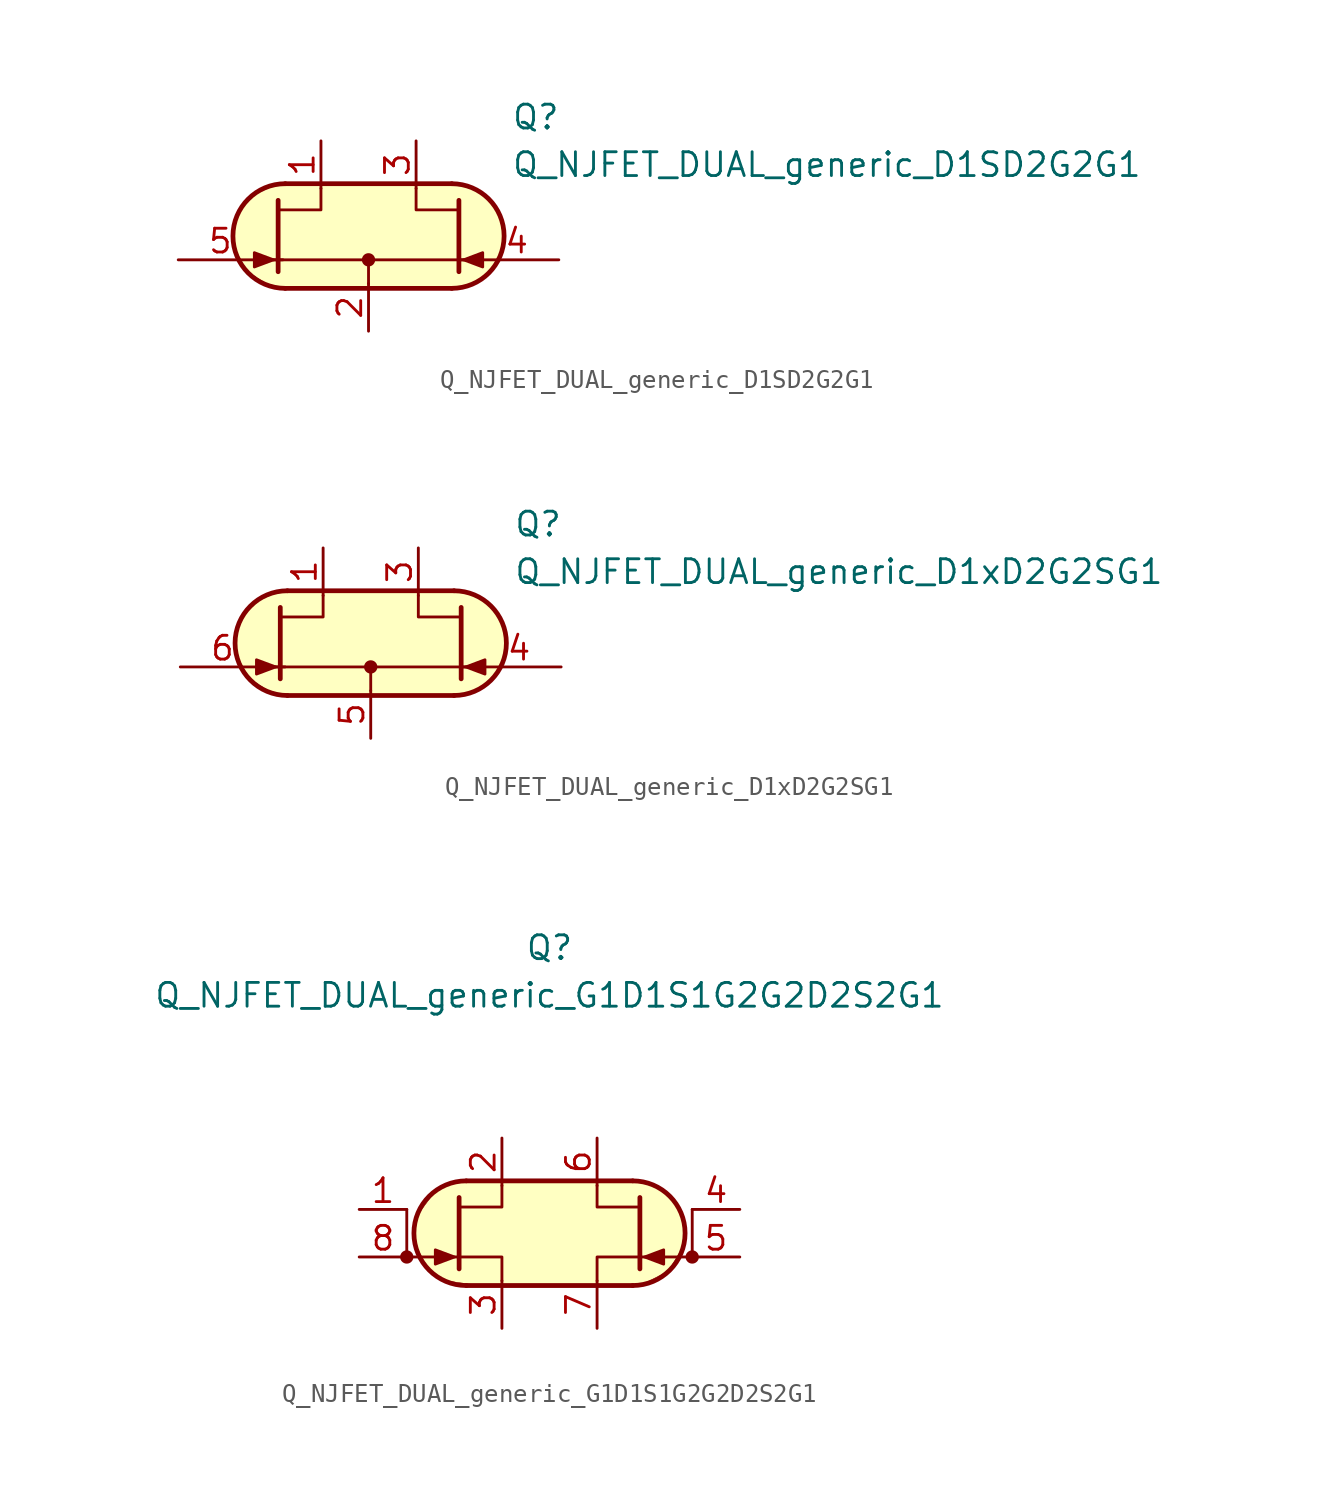
<source format=kicad_sym>
(kicad_symbol_lib
  (version 20211014)
  (generator kicad_symbol_editor)
  (symbol "Q_NJFET_DUAL_generic_D1SD2G2G1"
    (pin_names
      (offset 1.016) hide)
    (property "Reference" "Q"
      (at 7.62 6.35 0)
      (effects (font (size 1.27 1.27)) (justify left)))
    (property "Value" "Q_NJFET_DUAL_generic_D1SD2G2G1"
      (at 7.62 3.81 0)
      (effects (font (size 1.27 1.27)) (justify left)))
    (symbol "Q_NJFET_DUAL_generic_D1SD2G2G1_0_1"
      (arc (start -4.445 2.794) (mid -7.239 0) (end -4.445 -2.794) (stroke (width 0.254) (type default) (color 0 0 0 0)) (fill (type background)))
      (polyline (pts (xy -5.207 -1.27) (xy -4.572 -1.27)) (stroke (width 0) (type default) (color 0 0 0 0)) (fill (type none)))
      (polyline (pts (xy -5.08 -1.27) (xy 5.08 -1.27)) (stroke (width 0.152) (type default) (color 0 0 0 0)) (fill (type none)))
      (polyline (pts (xy -4.445 2.794) (xy 4.445 2.794)) (stroke (width 0.254) (type default) (color 0 0 0 0)) (fill (type none)))
      (polyline (pts (xy 0 -2.54) (xy 0 -1.27)) (stroke (width 0.152) (type default) (color 0 0 0 0)) (fill (type none)))
      (polyline (pts (xy 4.445 -2.794) (xy -4.445 -2.794)) (stroke (width 0.254) (type default) (color 0 0 0 0)) (fill (type none)))
      (polyline (pts (xy 5.334 -1.27) (xy 4.826 -1.27)) (stroke (width 0) (type default) (color 0 0 0 0)) (fill (type none)))
      (polyline (pts (xy -4.699 -2.794) (xy 4.699 -2.794) (xy 5.969 -2.413) (xy 6.858 -1.524) (xy 7.239 -0.127) (xy 6.985 1.143) (xy 6.35 2.032) (xy 5.334 2.667) (xy 4.318 2.794) (xy -4.826 2.794) (xy -5.969 2.286) (xy -6.858 1.397) (xy -7.239 0.508) (xy -7.112 -0.762) (xy -6.477 -1.905) (xy -5.461 -2.54) (xy -4.445 -2.794)) (stroke (width 0.025) (type default) (color 0 0 0 0)) (fill (type background))))
    (symbol "Q_NJFET_DUAL_generic_D1SD2G2G1_1_1"
      (circle (center 0 -1.27) (radius 0.279) (stroke (width 0) (type default) (color 0 0 0 0)) (fill (type outline)))
      (polyline (pts (xy -4.826 1.905) (xy -4.826 -1.905) (xy -4.826 -1.905)) (stroke (width 0.254) (type default) (color 0 0 0 0)) (fill (type none)))
      (polyline (pts (xy -2.54 2.54) (xy -2.54 1.397) (xy -4.826 1.397)) (stroke (width 0) (type default) (color 0 0 0 0)) (fill (type none)))
      (polyline (pts (xy 2.54 2.54) (xy 2.54 1.397) (xy 4.826 1.397)) (stroke (width 0) (type default) (color 0 0 0 0)) (fill (type none)))
      (polyline (pts (xy 4.826 1.905) (xy 4.826 -1.905) (xy 4.826 -1.905)) (stroke (width 0.254) (type default) (color 0 0 0 0)) (fill (type none)))
      (polyline (pts (xy -5.08 -1.27) (xy -6.096 -0.889) (xy -6.096 -1.651) (xy -5.08 -1.27)) (stroke (width 0) (type default) (color 0 0 0 0)) (fill (type outline)))
      (polyline (pts (xy 5.08 -1.27) (xy 6.096 -0.889) (xy 6.096 -1.651) (xy 5.08 -1.27)) (stroke (width 0) (type default) (color 0 0 0 0)) (fill (type outline)))
      (arc (start 4.445 -2.794) (mid 7.239 0) (end 4.445 2.794) (stroke (width 0.254) (type default) (color 0 0 0 0)) (fill (type none)))
      (pin passive line (at -2.54 5.08 270) (length 2.54) (name "D1" (effects (font (size 1.27 1.27)))) (number "1" (effects (font (size 1.27 1.27)))))
      (pin passive line (at 0 -5.08 90) (length 2.54) (name "S" (effects (font (size 1.27 1.27)))) (number "2" (effects (font (size 1.27 1.27)))))
      (pin passive line (at 2.54 5.08 270) (length 2.54) (name "D2" (effects (font (size 1.27 1.27)))) (number "3" (effects (font (size 1.27 1.27)))))
      (pin input line (at 10.16 -1.27 180) (length 4.496) (name "G2" (effects (font (size 1.27 1.27)))) (number "4" (effects (font (size 1.27 1.27)))))
      (pin input line (at -10.16 -1.27 0) (length 4.496) (name "G1" (effects (font (size 1.27 1.27)))) (number "5" (effects (font (size 1.27 1.27)))))))
  (symbol "Q_NJFET_DUAL_generic_D1xD2G2SG1"
    (pin_names
      (offset 1.016) hide)
    (property "Reference" "Q"
      (at 7.62 6.35 0)
      (effects (font (size 1.27 1.27)) (justify left)))
    (property "Value" "Q_NJFET_DUAL_generic_D1xD2G2SG1"
      (at 7.62 3.81 0)
      (effects (font (size 1.27 1.27)) (justify left)))
    (symbol "Q_NJFET_DUAL_generic_D1xD2G2SG1_0_1"
      (arc (start -4.445 2.794) (mid -7.239 0) (end -4.445 -2.794) (stroke (width 0.254) (type default) (color 0 0 0 0)) (fill (type background)))
      (polyline (pts (xy -5.207 -1.27) (xy -4.572 -1.27)) (stroke (width 0) (type default) (color 0 0 0 0)) (fill (type none)))
      (polyline (pts (xy -5.08 -1.27) (xy 5.08 -1.27)) (stroke (width 0.152) (type default) (color 0 0 0 0)) (fill (type none)))
      (polyline (pts (xy -4.445 2.794) (xy 4.445 2.794)) (stroke (width 0.254) (type default) (color 0 0 0 0)) (fill (type none)))
      (polyline (pts (xy 0 -2.54) (xy 0 -1.27)) (stroke (width 0.152) (type default) (color 0 0 0 0)) (fill (type none)))
      (polyline (pts (xy 4.445 -2.794) (xy -4.445 -2.794)) (stroke (width 0.254) (type default) (color 0 0 0 0)) (fill (type none)))
      (polyline (pts (xy 5.334 -1.27) (xy 4.826 -1.27)) (stroke (width 0) (type default) (color 0 0 0 0)) (fill (type none)))
      (polyline (pts (xy -4.699 -2.794) (xy 4.699 -2.794) (xy 5.969 -2.413) (xy 6.858 -1.524) (xy 7.239 -0.127) (xy 6.985 1.143) (xy 6.35 2.032) (xy 5.334 2.667) (xy 4.318 2.794) (xy -4.826 2.794) (xy -5.969 2.286) (xy -6.858 1.397) (xy -7.239 0.508) (xy -7.112 -0.762) (xy -6.477 -1.905) (xy -5.461 -2.54) (xy -4.445 -2.794)) (stroke (width 0.025) (type default) (color 0 0 0 0)) (fill (type background))))
    (symbol "Q_NJFET_DUAL_generic_D1xD2G2SG1_1_1"
      (circle (center 0 -1.27) (radius 0.279) (stroke (width 0) (type default) (color 0 0 0 0)) (fill (type outline)))
      (polyline (pts (xy -4.826 1.905) (xy -4.826 -1.905) (xy -4.826 -1.905)) (stroke (width 0.254) (type default) (color 0 0 0 0)) (fill (type none)))
      (polyline (pts (xy -2.54 2.54) (xy -2.54 1.397) (xy -4.826 1.397)) (stroke (width 0) (type default) (color 0 0 0 0)) (fill (type none)))
      (polyline (pts (xy 2.54 2.54) (xy 2.54 1.397) (xy 4.826 1.397)) (stroke (width 0) (type default) (color 0 0 0 0)) (fill (type none)))
      (polyline (pts (xy 4.826 1.905) (xy 4.826 -1.905) (xy 4.826 -1.905)) (stroke (width 0.254) (type default) (color 0 0 0 0)) (fill (type none)))
      (polyline (pts (xy -5.08 -1.27) (xy -6.096 -0.889) (xy -6.096 -1.651) (xy -5.08 -1.27)) (stroke (width 0) (type default) (color 0 0 0 0)) (fill (type outline)))
      (polyline (pts (xy 5.08 -1.27) (xy 6.096 -0.889) (xy 6.096 -1.651) (xy 5.08 -1.27)) (stroke (width 0) (type default) (color 0 0 0 0)) (fill (type outline)))
      (arc (start 4.445 -2.794) (mid 7.239 0) (end 4.445 2.794) (stroke (width 0.254) (type default) (color 0 0 0 0)) (fill (type none)))
      (pin passive line (at -2.54 5.08 270) (length 2.54) (name "D1" (effects (font (size 1.27 1.27)))) (number "1" (effects (font (size 1.27 1.27)))))
      (pin no_connect line (at 0 0 180) (length 2.54) hide (name "NC" (effects (font (size 1.27 1.27)))) (number "2" (effects (font (size 1.27 1.27)))))
      (pin passive line (at 2.54 5.08 270) (length 2.54) (name "D2" (effects (font (size 1.27 1.27)))) (number "3" (effects (font (size 1.27 1.27)))))
      (pin input line (at 10.16 -1.27 180) (length 4.496) (name "G2" (effects (font (size 1.27 1.27)))) (number "4" (effects (font (size 1.27 1.27)))))
      (pin passive line (at 0 -5.08 90) (length 2.54) (name "S" (effects (font (size 1.27 1.27)))) (number "5" (effects (font (size 1.27 1.27)))))
      (pin input line (at -10.16 -1.27 0) (length 4.496) (name "G1" (effects (font (size 1.27 1.27)))) (number "6" (effects (font (size 1.27 1.27)))))))
  (symbol "Q_NJFET_DUAL_generic_G1D1S1G2G2D2S2G1"
    (pin_names
      (offset 1.016) hide)
    (property "Reference" "Q"
      (at 0 15.24 0)
      (effects (font (size 1.27 1.27))))
    (property "Value" "Q_NJFET_DUAL_generic_G1D1S1G2G2D2S2G1"
      (at 0 12.7 0)
      (effects (font (size 1.27 1.27))))
    (symbol "Q_NJFET_DUAL_generic_G1D1S1G2G2D2S2G1_0_1"
      (circle (center -7.62 -1.27) (radius 0.279) (stroke (width 0) (type default) (color 0 0 0 0)) (fill (type outline)))
      (arc (start -4.445 2.794) (mid -7.239 0) (end -4.445 -2.794) (stroke (width 0.254) (type default) (color 0 0 0 0)) (fill (type background)))
      (polyline (pts (xy -7.62 -1.27) (xy -4.826 -1.27)) (stroke (width 0) (type default) (color 0 0 0 0)) (fill (type none)))
      (polyline (pts (xy -7.62 1.27) (xy -7.62 -1.27)) (stroke (width 0) (type default) (color 0 0 0 0)) (fill (type none)))
      (polyline (pts (xy -4.445 -2.794) (xy 4.445 -2.794)) (stroke (width 0.254) (type default) (color 0 0 0 0)) (fill (type none)))
      (polyline (pts (xy 4.445 2.794) (xy -4.445 2.794)) (stroke (width 0.254) (type default) (color 0 0 0 0)) (fill (type none)))
      (polyline (pts (xy 4.699 2.794) (xy -4.699 2.794) (xy -5.969 2.413) (xy -7.112 0.889) (xy -7.239 -0.381) (xy -6.604 -1.778) (xy -5.588 -2.54) (xy -3.683 -2.794) (xy 4.826 -2.794) (xy 6.35 -2.032) (xy 7.112 -0.762) (xy 7.239 0.381) (xy 6.731 1.651) (xy 5.461 2.667) (xy 4.699 2.794)) (stroke (width 0.025) (type default) (color 0 0 0 0)) (fill (type background))))
    (symbol "Q_NJFET_DUAL_generic_G1D1S1G2G2D2S2G1_1_1"
      (polyline (pts (xy 7.62 -1.27) (xy 4.826 -1.27)) (stroke (width 0) (type default) (color 0 0 0 0)) (fill (type none)))
      (polyline (pts (xy 7.62 1.27) (xy 7.62 -1.27)) (stroke (width 0) (type default) (color 0 0 0 0)) (fill (type none)))
      (polyline (pts (xy -4.826 1.905) (xy -4.826 -1.905) (xy -4.826 -1.905)) (stroke (width 0.254) (type default) (color 0 0 0 0)) (fill (type none)))
      (polyline (pts (xy -2.54 -2.54) (xy -2.54 -1.27) (xy -4.826 -1.27)) (stroke (width 0) (type default) (color 0 0 0 0)) (fill (type none)))
      (polyline (pts (xy -2.54 2.54) (xy -2.54 1.397) (xy -4.826 1.397)) (stroke (width 0) (type default) (color 0 0 0 0)) (fill (type none)))
      (polyline (pts (xy 2.54 -2.54) (xy 2.54 -1.27) (xy 4.826 -1.27)) (stroke (width 0) (type default) (color 0 0 0 0)) (fill (type none)))
      (polyline (pts (xy 2.54 2.54) (xy 2.54 1.397) (xy 4.826 1.397)) (stroke (width 0) (type default) (color 0 0 0 0)) (fill (type none)))
      (polyline (pts (xy 4.826 1.905) (xy 4.826 -1.905) (xy 4.826 -1.905)) (stroke (width 0.254) (type default) (color 0 0 0 0)) (fill (type none)))
      (polyline (pts (xy -5.08 -1.27) (xy -6.096 -0.889) (xy -6.096 -1.651) (xy -5.08 -1.27)) (stroke (width 0) (type default) (color 0 0 0 0)) (fill (type outline)))
      (polyline (pts (xy 5.08 -1.27) (xy 6.096 -0.889) (xy 6.096 -1.651) (xy 5.08 -1.27)) (stroke (width 0) (type default) (color 0 0 0 0)) (fill (type outline)))
      (arc (start 4.445 -2.794) (mid 7.239 0) (end 4.445 2.794) (stroke (width 0.254) (type default) (color 0 0 0 0)) (fill (type none)))
      (circle (center 7.62 -1.27) (radius 0.279) (stroke (width 0) (type default) (color 0 0 0 0)) (fill (type outline)))
      (pin input line (at -10.16 1.27 0) (length 2.54) (name "G1" (effects (font (size 1.27 1.27)))) (number "1" (effects (font (size 1.27 1.27)))))
      (pin passive line (at -2.54 5.08 270) (length 2.54) (name "D1" (effects (font (size 1.27 1.27)))) (number "2" (effects (font (size 1.27 1.27)))))
      (pin passive line (at -2.54 -5.08 90) (length 2.54) (name "S1" (effects (font (size 1.27 1.27)))) (number "3" (effects (font (size 1.27 1.27)))))
      (pin input line (at 10.16 1.27 180) (length 2.54) (name "G2" (effects (font (size 1.27 1.27)))) (number "4" (effects (font (size 1.27 1.27)))))
      (pin input line (at 10.16 -1.27 180) (length 2.54) (name "G2" (effects (font (size 1.27 1.27)))) (number "5" (effects (font (size 1.27 1.27)))))
      (pin passive line (at 2.54 5.08 270) (length 2.54) (name "D2" (effects (font (size 1.27 1.27)))) (number "6" (effects (font (size 1.27 1.27)))))
      (pin passive line (at 2.54 -5.08 90) (length 2.54) (name "S2" (effects (font (size 1.27 1.27)))) (number "7" (effects (font (size 1.27 1.27)))))
      (pin input line (at -10.16 -1.27 0) (length 2.54) (name "G1" (effects (font (size 1.27 1.27)))) (number "8" (effects (font (size 1.27 1.27))))))))
</source>
